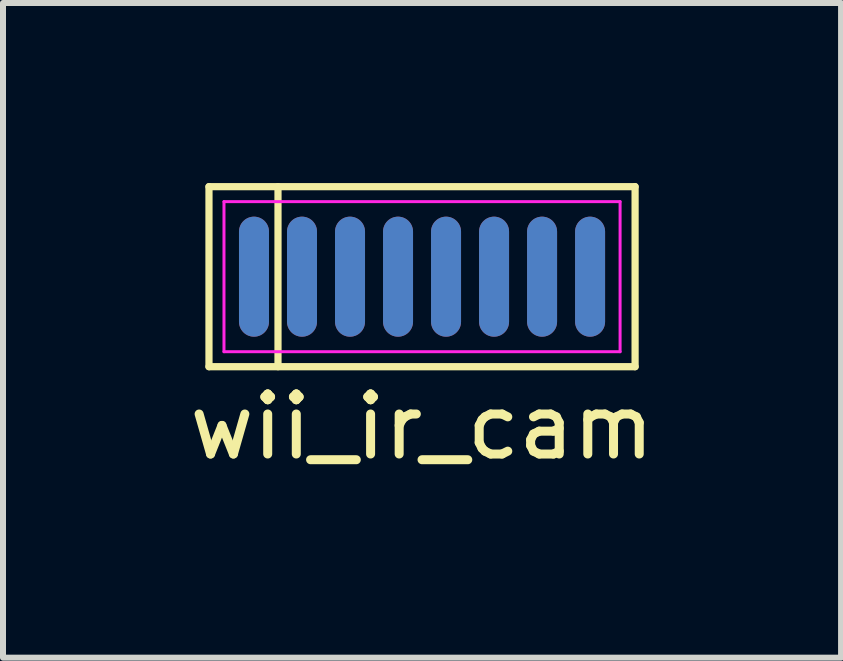
<source format=kicad_pcb>
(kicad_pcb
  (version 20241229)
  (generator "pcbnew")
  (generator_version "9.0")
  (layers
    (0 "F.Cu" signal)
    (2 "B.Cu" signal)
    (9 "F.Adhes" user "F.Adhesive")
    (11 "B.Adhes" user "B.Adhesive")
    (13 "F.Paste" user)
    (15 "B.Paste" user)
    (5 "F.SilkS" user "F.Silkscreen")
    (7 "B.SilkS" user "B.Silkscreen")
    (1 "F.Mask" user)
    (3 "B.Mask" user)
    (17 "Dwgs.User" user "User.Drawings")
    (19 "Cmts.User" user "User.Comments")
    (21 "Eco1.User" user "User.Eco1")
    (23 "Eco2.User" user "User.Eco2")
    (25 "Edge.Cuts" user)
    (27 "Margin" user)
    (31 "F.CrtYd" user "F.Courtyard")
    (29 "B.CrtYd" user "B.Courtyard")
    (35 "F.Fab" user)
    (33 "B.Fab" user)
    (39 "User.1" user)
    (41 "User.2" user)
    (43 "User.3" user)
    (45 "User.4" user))
  (footprint "wii_ir_cam"
    (layer "F.Cu")
    (at 3.982 1.56)
    (property "Reference" "wii_ir_cam" (at 0 2.5 0) (layer "F.SilkS") (effects (font (size 1 1) (thickness 0.15))))
    (attr through_hole)
    (fp_line (start -3.55 -1.5) (end 3.55 -1.5) (stroke (width 0.12) (type solid)) (layer "F.SilkS"))
    (fp_line (start -3.55 1.5) (end -3.55 -1.5) (stroke (width 0.12) (type solid)) (layer "F.SilkS"))
    (fp_line (start -2.4 -1.5) (end -2.4 1.5) (stroke (width 0.12) (type solid)) (layer "F.SilkS"))
    (fp_line (start 3.55 -1.5) (end 3.55 1.5) (stroke (width 0.12) (type solid)) (layer "F.SilkS"))
    (fp_line (start 3.55 1.5) (end -3.55 1.5) (stroke (width 0.12) (type solid)) (layer "F.SilkS"))
    (fp_line (start -3.3 -1.25) (end 3.3 -1.25) (stroke (width 0.05) (type solid)) (layer "F.CrtYd"))
    (fp_line (start -3.3 1.25) (end -3.3 -1.25) (stroke (width 0.05) (type solid)) (layer "F.CrtYd"))
    (fp_line (start 3.3 -1.25) (end 3.3 1.25) (stroke (width 0.05) (type solid)) (layer "F.CrtYd"))
    (fp_line (start 3.3 1.25) (end -3.3 1.25) (stroke (width 0.05) (type solid)) (layer "F.CrtYd"))
    (pad "1" thru_hole oval (at -2.8 0) (size 0.5 2) (drill 0.000001) (layers "*.Cu" "*.Mask"))
    (pad "2" thru_hole oval (at -2 0) (size 0.5 2) (drill 0.000001) (layers "*.Cu" "*.Mask"))
    (pad "3" thru_hole oval (at -1.2 0) (size 0.5 2) (drill 0.000001) (layers "*.Cu" "*.Mask"))
    (pad "4" thru_hole oval (at -0.4 0) (size 0.5 2) (drill 0.000001) (layers "*.Cu" "*.Mask"))
    (pad "5" thru_hole oval (at 0.4 0) (size 0.5 2) (drill 0.000001) (layers "*.Cu" "*.Mask"))
    (pad "6" thru_hole oval (at 1.2 0) (size 0.5 2) (drill 0.000001) (layers "*.Cu" "*.Mask"))
    (pad "7" thru_hole oval (at 2 0) (size 0.5 2) (drill 0.000001) (layers "*.Cu" "*.Mask"))
    (pad "8" thru_hole oval (at 2.8 0) (size 0.5 2) (drill 0.000001) (layers "*.Cu" "*.Mask")))
  (gr_rect
    (start -3 -3)
    (end 10.964 7.908)
    (stroke (width 0.1) (type default))
    (fill no)
    (layer "Edge.Cuts")))
</source>
